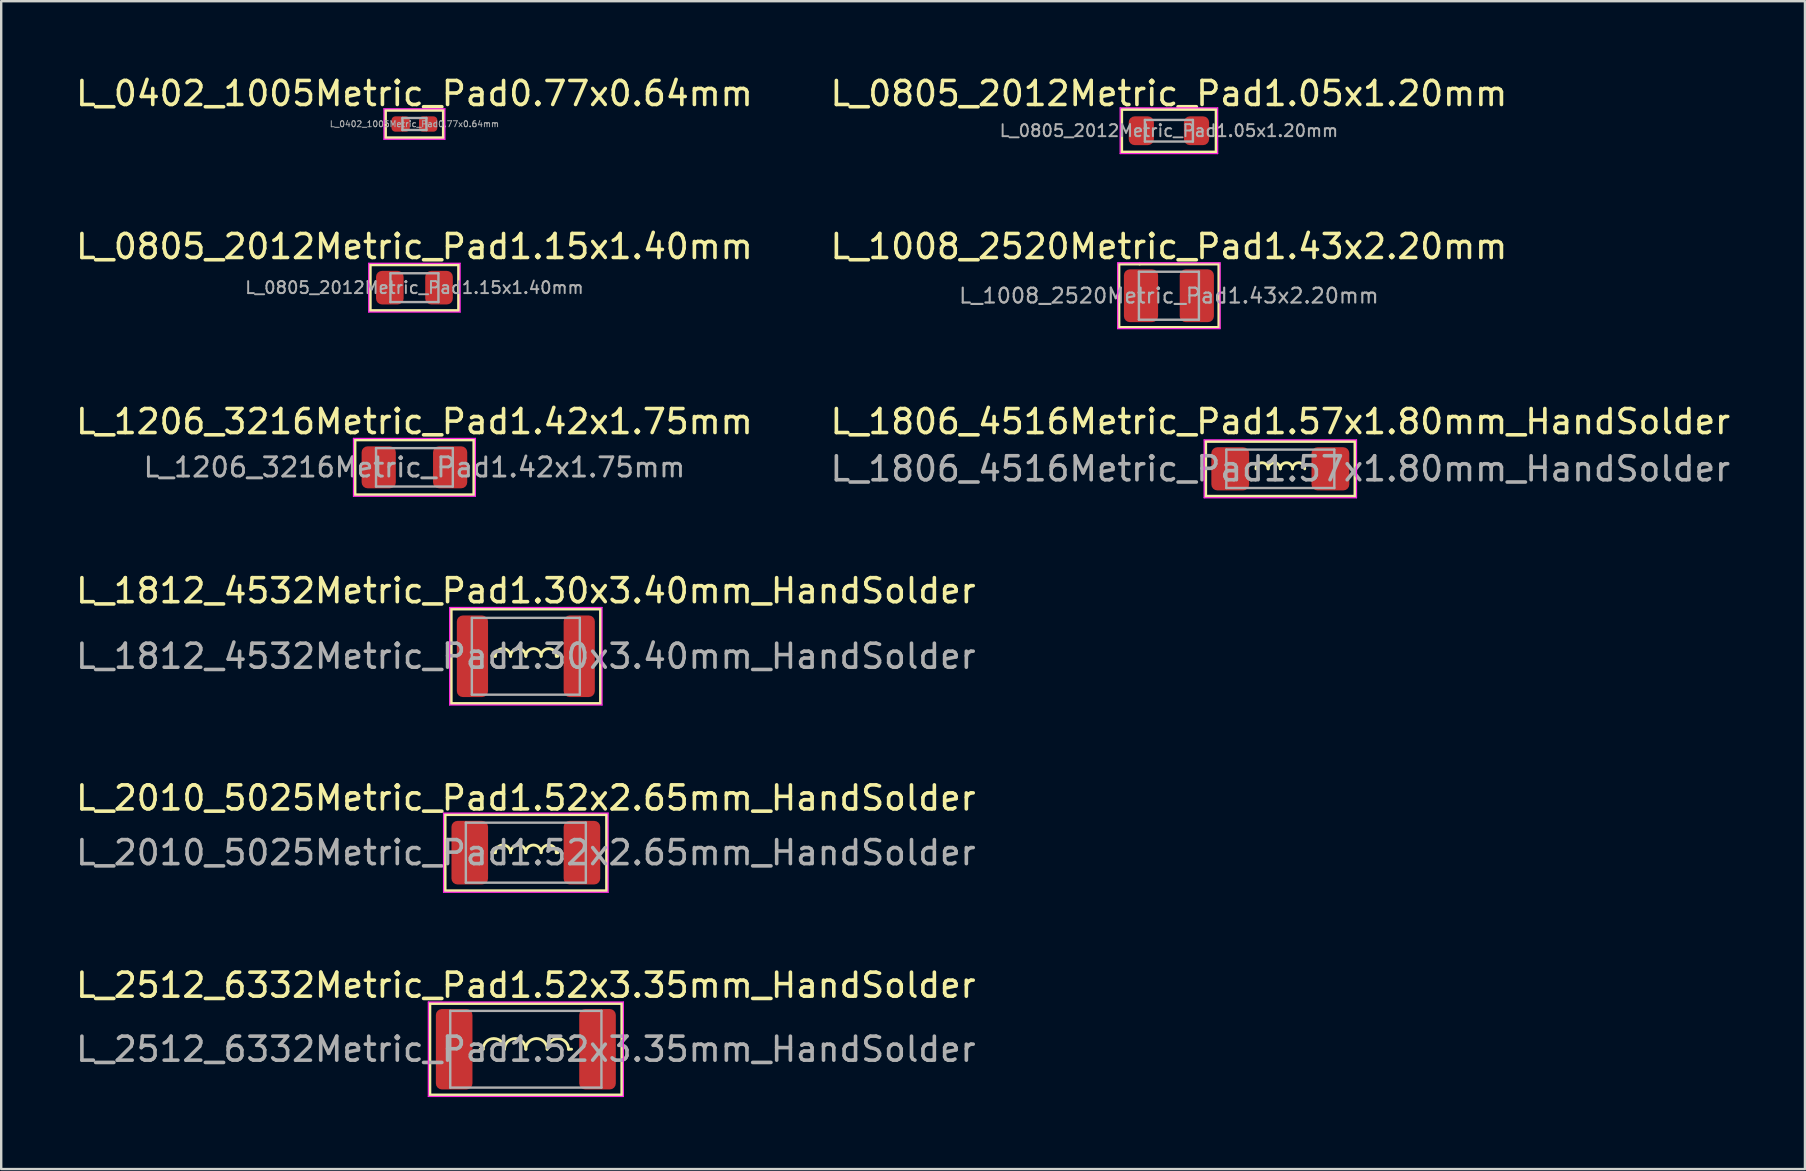
<source format=kicad_pcb>
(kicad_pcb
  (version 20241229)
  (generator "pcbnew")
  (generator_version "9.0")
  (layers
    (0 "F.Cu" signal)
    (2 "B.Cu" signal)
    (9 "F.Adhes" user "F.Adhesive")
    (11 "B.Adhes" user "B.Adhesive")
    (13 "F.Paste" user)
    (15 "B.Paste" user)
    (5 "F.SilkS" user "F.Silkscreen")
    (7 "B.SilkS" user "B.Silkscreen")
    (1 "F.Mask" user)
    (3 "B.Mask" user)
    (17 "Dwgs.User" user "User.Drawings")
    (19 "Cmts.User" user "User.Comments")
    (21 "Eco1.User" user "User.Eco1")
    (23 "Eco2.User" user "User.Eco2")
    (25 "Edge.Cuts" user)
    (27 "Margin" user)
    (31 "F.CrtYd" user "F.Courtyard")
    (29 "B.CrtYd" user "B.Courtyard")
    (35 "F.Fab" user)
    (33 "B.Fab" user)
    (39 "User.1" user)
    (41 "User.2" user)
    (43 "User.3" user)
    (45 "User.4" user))
  (footprint "L_0805_2012Metric_Pad1.15x1.40mm"
    (layer "F.Cu")
    (at 14.22 8.938)
    (property "Reference" "L_0805_2012Metric_Pad1.15x1.40mm" (at 0 -1.714 0) (layer "F.SilkS") (effects (font (size 1 1) (thickness 0.15))))
    (attr smd)
    (fp_line (start -1.841 -0.953) (end 1.841 -0.953) (stroke (width 0.12) (type solid)) (layer "F.SilkS"))
    (fp_line (start -1.841 0.953) (end -1.841 -0.953) (stroke (width 0.12) (type solid)) (layer "F.SilkS"))
    (fp_line (start 1.841 -0.953) (end 1.841 0.953) (stroke (width 0.12) (type solid)) (layer "F.SilkS"))
    (fp_line (start 1.841 0.953) (end -1.841 0.953) (stroke (width 0.12) (type solid)) (layer "F.SilkS"))
    (fp_line (start -1.905 -1.016) (end 1.905 -1.016) (stroke (width 0.05) (type solid)) (layer "F.CrtYd"))
    (fp_line (start -1.905 1.016) (end -1.905 -1.016) (stroke (width 0.05) (type solid)) (layer "F.CrtYd"))
    (fp_line (start 1.905 -1.016) (end 1.905 1.016) (stroke (width 0.05) (type solid)) (layer "F.CrtYd"))
    (fp_line (start 1.905 1.016) (end -1.905 1.016) (stroke (width 0.05) (type solid)) (layer "F.CrtYd"))
    (fp_line (start -1 -0.6) (end 1 -0.6) (stroke (width 0.1) (type solid)) (layer "F.Fab"))
    (fp_line (start -1 0.6) (end -1 -0.6) (stroke (width 0.1) (type solid)) (layer "F.Fab"))
    (fp_line (start 1 -0.6) (end 1 0.6) (stroke (width 0.1) (type solid)) (layer "F.Fab"))
    (fp_line (start 1 0.6) (end -1 0.6) (stroke (width 0.1) (type solid)) (layer "F.Fab"))
    (fp_text user "${REFERENCE}" (at 0 0 0) (layer "F.Fab") (effects (font (size 0.5 0.5) (thickness 0.08))))
    (pad "1" smd roundrect (at -1.025 0) (size 1.15 1.4) (layers "F.Cu" "F.Mask" "F.Paste") (roundrect_rratio 0.217))
    (pad "2" smd roundrect (at 1.025 0) (size 1.15 1.4) (layers "F.Cu" "F.Mask" "F.Paste") (roundrect_rratio 0.217)))
  (footprint "L_1008_2520Metric_Pad1.43x2.20mm"
    (layer "F.Cu")
    (at 45.661 9.274)
    (property "Reference" "L_1008_2520Metric_Pad1.43x2.20mm" (at 0 -2.05 0) (layer "F.SilkS") (effects (font (size 1 1) (thickness 0.15))))
    (attr smd)
    (fp_line (start -2.083 -1.321) (end -1.219 -1.321) (stroke (width 0.12) (type solid)) (layer "F.SilkS"))
    (fp_line (start -2.083 1.321) (end -2.083 -1.321) (stroke (width 0.12) (type solid)) (layer "F.SilkS"))
    (fp_line (start -1.219 -1.321) (end 2.083 -1.321) (stroke (width 0.12) (type solid)) (layer "F.SilkS"))
    (fp_line (start 2.083 -1.321) (end 2.083 1.321) (stroke (width 0.12) (type solid)) (layer "F.SilkS"))
    (fp_line (start 2.083 1.321) (end -2.083 1.321) (stroke (width 0.12) (type solid)) (layer "F.SilkS"))
    (fp_line (start -2.134 -1.372) (end 2.134 -1.372) (stroke (width 0.05) (type solid)) (layer "F.CrtYd"))
    (fp_line (start -2.134 1.372) (end -2.134 -1.372) (stroke (width 0.05) (type solid)) (layer "F.CrtYd"))
    (fp_line (start 2.134 -1.372) (end 2.134 1.372) (stroke (width 0.05) (type solid)) (layer "F.CrtYd"))
    (fp_line (start 2.134 1.372) (end -2.134 1.372) (stroke (width 0.05) (type solid)) (layer "F.CrtYd"))
    (fp_line (start -1.25 -1) (end 1.25 -1) (stroke (width 0.1) (type solid)) (layer "F.Fab"))
    (fp_line (start -1.25 1) (end -1.25 -1) (stroke (width 0.1) (type solid)) (layer "F.Fab"))
    (fp_line (start 1.25 -1) (end 1.25 1) (stroke (width 0.1) (type solid)) (layer "F.Fab"))
    (fp_line (start 1.25 1) (end -1.25 1) (stroke (width 0.1) (type solid)) (layer "F.Fab"))
    (fp_text user "${REFERENCE}" (at 0 0 0) (layer "F.Fab") (effects (font (size 0.62 0.62) (thickness 0.09))))
    (pad "1" smd roundrect (at -1.163 0) (size 1.425 2.2) (layers "F.Cu" "F.Mask" "F.Paste") (roundrect_rratio 0.175))
    (pad "2" smd roundrect (at 1.163 0) (size 1.425 2.2) (layers "F.Cu" "F.Mask" "F.Paste") (roundrect_rratio 0.175)))
  (footprint "L_2512_6332Metric_Pad1.52x3.35mm_HandSolder"
    (layer "F.Cu")
    (at 18.863 40.674)
    (property "Reference" "L_2512_6332Metric_Pad1.52x3.35mm_HandSolder" (at 0 -2.667 0) (layer "F.SilkS") (effects (font (size 1 1) (thickness 0.15))))
    (attr smd)
    (fp_line (start -4 -1.905) (end 4 -1.905) (stroke (width 0.12) (type solid)) (layer "F.SilkS"))
    (fp_line (start -4 1.905) (end -4 -1.905) (stroke (width 0.12) (type solid)) (layer "F.SilkS"))
    (fp_line (start -1.905 0) (end -1.778 0) (stroke (width 0.12) (type solid)) (layer "F.SilkS"))
    (fp_line (start 1.778 0) (end 1.905 0) (stroke (width 0.12) (type solid)) (layer "F.SilkS"))
    (fp_line (start 4 -1.905) (end 4 1.905) (stroke (width 0.12) (type solid)) (layer "F.SilkS"))
    (fp_line (start 4 1.905) (end -4 1.905) (stroke (width 0.12) (type solid)) (layer "F.SilkS"))
    (fp_arc (start -1.778 0) (mid -1.3335 -0.4445) (end -0.889 0) (stroke (width 0.12) (type solid)) (layer "F.SilkS"))
    (fp_arc (start -0.889 0) (mid -0.4445 -0.4445) (end 0 0) (stroke (width 0.12) (type solid)) (layer "F.SilkS"))
    (fp_arc (start 0 0) (mid 0.4445 -0.4445) (end 0.889 0) (stroke (width 0.12) (type solid)) (layer "F.SilkS"))
    (fp_arc (start 0.889 0) (mid 1.3335 -0.4445) (end 1.778 0) (stroke (width 0.12) (type solid)) (layer "F.SilkS"))
    (fp_line (start -4.064 -1.968) (end 4.064 -1.968) (stroke (width 0.05) (type solid)) (layer "F.CrtYd"))
    (fp_line (start -4.064 1.968) (end -4.064 -1.968) (stroke (width 0.05) (type solid)) (layer "F.CrtYd"))
    (fp_line (start 4.064 -1.968) (end 4.064 1.968) (stroke (width 0.05) (type solid)) (layer "F.CrtYd"))
    (fp_line (start 4.064 1.968) (end -4.064 1.968) (stroke (width 0.05) (type solid)) (layer "F.CrtYd"))
    (fp_line (start -3.15 -1.6) (end 3.15 -1.6) (stroke (width 0.1) (type solid)) (layer "F.Fab"))
    (fp_line (start -3.15 1.6) (end -3.15 -1.6) (stroke (width 0.1) (type solid)) (layer "F.Fab"))
    (fp_line (start 3.15 -1.6) (end 3.15 1.6) (stroke (width 0.1) (type solid)) (layer "F.Fab"))
    (fp_line (start 3.15 1.6) (end -3.15 1.6) (stroke (width 0.1) (type solid)) (layer "F.Fab"))
    (fp_text user "${REFERENCE}" (at 0 0 0) (layer "F.Fab") (effects (font (size 1 1) (thickness 0.15))))
    (pad "1" smd roundrect (at -2.987 0) (size 1.525 3.35) (layers "F.Cu" "F.Mask" "F.Paste") (roundrect_rratio 0.164))
    (pad "2" smd roundrect (at 2.987 0) (size 1.525 3.35) (layers "F.Cu" "F.Mask" "F.Paste") (roundrect_rratio 0.164)))
  (footprint "L_0402_1005Metric_Pad0.77x0.64mm"
    (layer "F.Cu")
    (at 14.22 2.118)
    (property "Reference" "L_0402_1005Metric_Pad0.77x0.64mm" (at 0 -1.27 0) (layer "F.SilkS") (effects (font (size 1 1) (thickness 0.15))))
    (attr smd)
    (fp_line (start -1.206 -0.572) (end 1.206 -0.572) (stroke (width 0.12) (type solid)) (layer "F.SilkS"))
    (fp_line (start -1.206 0.572) (end -1.206 -0.572) (stroke (width 0.12) (type solid)) (layer "F.SilkS"))
    (fp_line (start 1.206 -0.572) (end 1.206 0.572) (stroke (width 0.12) (type solid)) (layer "F.SilkS"))
    (fp_line (start 1.206 0.572) (end -1.206 0.572) (stroke (width 0.12) (type solid)) (layer "F.SilkS"))
    (fp_line (start -1.27 -0.635) (end 1.27 -0.635) (stroke (width 0.05) (type solid)) (layer "F.CrtYd"))
    (fp_line (start -1.27 0.635) (end -1.27 -0.635) (stroke (width 0.05) (type solid)) (layer "F.CrtYd"))
    (fp_line (start 1.27 -0.635) (end 1.27 0.635) (stroke (width 0.05) (type solid)) (layer "F.CrtYd"))
    (fp_line (start 1.27 0.635) (end -1.27 0.635) (stroke (width 0.05) (type solid)) (layer "F.CrtYd"))
    (fp_line (start -0.5 -0.25) (end 0.5 -0.25) (stroke (width 0.1) (type solid)) (layer "F.Fab"))
    (fp_line (start -0.5 0.25) (end -0.5 -0.25) (stroke (width 0.1) (type solid)) (layer "F.Fab"))
    (fp_line (start 0.5 -0.25) (end 0.5 0.25) (stroke (width 0.1) (type solid)) (layer "F.Fab"))
    (fp_line (start 0.5 0.25) (end -0.5 0.25) (stroke (width 0.1) (type solid)) (layer "F.Fab"))
    (fp_text user "${REFERENCE}" (at 0 0 0) (layer "F.Fab") (effects (font (size 0.25 0.25) (thickness 0.04))))
    (pad "1" smd roundrect (at -0.573 0) (size 0.765 0.64) (layers "F.Cu" "F.Mask" "F.Paste") (roundrect_rratio 0.25))
    (pad "2" smd roundrect (at 0.573 0) (size 0.765 0.64) (layers "F.Cu" "F.Mask" "F.Paste") (roundrect_rratio 0.25)))
  (footprint "L_1206_3216Metric_Pad1.42x1.75mm"
    (layer "F.Cu")
    (at 14.22 16.424)
    (property "Reference" "L_1206_3216Metric_Pad1.42x1.75mm" (at 0 -1.905 0) (layer "F.SilkS") (effects (font (size 1 1) (thickness 0.15))))
    (attr smd)
    (fp_line (start -2.477 -1.143) (end 2.477 -1.143) (stroke (width 0.12) (type solid)) (layer "F.SilkS"))
    (fp_line (start -2.477 1.143) (end -2.477 -1.143) (stroke (width 0.12) (type solid)) (layer "F.SilkS"))
    (fp_line (start 2.477 -1.143) (end 2.477 1.143) (stroke (width 0.12) (type solid)) (layer "F.SilkS"))
    (fp_line (start 2.477 1.143) (end -2.477 1.143) (stroke (width 0.12) (type solid)) (layer "F.SilkS"))
    (fp_line (start -2.54 -1.206) (end 2.54 -1.206) (stroke (width 0.05) (type solid)) (layer "F.CrtYd"))
    (fp_line (start -2.54 1.206) (end -2.54 -1.206) (stroke (width 0.05) (type solid)) (layer "F.CrtYd"))
    (fp_line (start 2.54 -1.206) (end 2.54 1.206) (stroke (width 0.05) (type solid)) (layer "F.CrtYd"))
    (fp_line (start 2.54 1.206) (end -2.54 1.206) (stroke (width 0.05) (type solid)) (layer "F.CrtYd"))
    (fp_line (start -1.6 -0.8) (end 1.6 -0.8) (stroke (width 0.1) (type solid)) (layer "F.Fab"))
    (fp_line (start -1.6 0.8) (end -1.6 -0.8) (stroke (width 0.1) (type solid)) (layer "F.Fab"))
    (fp_line (start 1.6 -0.8) (end 1.6 0.8) (stroke (width 0.1) (type solid)) (layer "F.Fab"))
    (fp_line (start 1.6 0.8) (end -1.6 0.8) (stroke (width 0.1) (type solid)) (layer "F.Fab"))
    (fp_text user "${REFERENCE}" (at 0 0 0) (layer "F.Fab") (effects (font (size 0.8 0.8) (thickness 0.12))))
    (pad "1" smd roundrect (at -1.488 0) (size 1.425 1.75) (layers "F.Cu" "F.Mask" "F.Paste") (roundrect_rratio 0.175))
    (pad "2" smd roundrect (at 1.488 0) (size 1.425 1.75) (layers "F.Cu" "F.Mask" "F.Paste") (roundrect_rratio 0.175)))
  (footprint "L_1812_4532Metric_Pad1.30x3.40mm_HandSolder"
    (layer "F.Cu")
    (at 18.863 24.298)
    (property "Reference" "L_1812_4532Metric_Pad1.30x3.40mm_HandSolder" (at 0 -2.731 0) (layer "F.SilkS") (effects (font (size 1 1) (thickness 0.15))))
    (attr smd)
    (fp_line (start -3.111 -1.968) (end 3.111 -1.968) (stroke (width 0.12) (type solid)) (layer "F.SilkS"))
    (fp_line (start -3.111 1.968) (end -3.111 -1.968) (stroke (width 0.12) (type solid)) (layer "F.SilkS"))
    (fp_line (start -1.333 0) (end -1.27 0) (stroke (width 0.12) (type solid)) (layer "F.SilkS"))
    (fp_line (start 1.333 0) (end 1.27 0) (stroke (width 0.12) (type solid)) (layer "F.SilkS"))
    (fp_line (start 3.111 -1.968) (end 3.111 1.968) (stroke (width 0.12) (type solid)) (layer "F.SilkS"))
    (fp_line (start 3.111 1.968) (end -3.111 1.968) (stroke (width 0.12) (type solid)) (layer "F.SilkS"))
    (fp_arc (start -1.27 0) (mid -0.9525 -0.3175) (end -0.635 0) (stroke (width 0.12) (type solid)) (layer "F.SilkS"))
    (fp_arc (start -0.635 0) (mid -0.3175 -0.3175) (end 0 0) (stroke (width 0.12) (type solid)) (layer "F.SilkS"))
    (fp_arc (start 0 0) (mid 0.3175 -0.3175) (end 0.635 0) (stroke (width 0.12) (type solid)) (layer "F.SilkS"))
    (fp_arc (start 0.635 0) (mid 0.9525 -0.3175) (end 1.27 0) (stroke (width 0.12) (type solid)) (layer "F.SilkS"))
    (fp_line (start -3.175 -2.032) (end 3.175 -2.032) (stroke (width 0.05) (type solid)) (layer "F.CrtYd"))
    (fp_line (start -3.175 2.032) (end -3.175 -2.032) (stroke (width 0.05) (type solid)) (layer "F.CrtYd"))
    (fp_line (start 3.175 -2.032) (end 3.175 2.032) (stroke (width 0.05) (type solid)) (layer "F.CrtYd"))
    (fp_line (start 3.175 2.032) (end -3.175 2.032) (stroke (width 0.05) (type solid)) (layer "F.CrtYd"))
    (fp_line (start -2.25 -1.6) (end 2.25 -1.6) (stroke (width 0.1) (type solid)) (layer "F.Fab"))
    (fp_line (start -2.25 1.6) (end -2.25 -1.6) (stroke (width 0.1) (type solid)) (layer "F.Fab"))
    (fp_line (start 2.25 -1.6) (end 2.25 1.6) (stroke (width 0.1) (type solid)) (layer "F.Fab"))
    (fp_line (start 2.25 1.6) (end -2.25 1.6) (stroke (width 0.1) (type solid)) (layer "F.Fab"))
    (fp_text user "${REFERENCE}" (at 0 0 0) (layer "F.Fab") (effects (font (size 1 1) (thickness 0.15))))
    (pad "1" smd roundrect (at -2.225 0) (size 1.3 3.4) (layers "F.Cu" "F.Mask" "F.Paste") (roundrect_rratio 0.192))
    (pad "2" smd roundrect (at 2.225 0) (size 1.3 3.4) (layers "F.Cu" "F.Mask" "F.Paste") (roundrect_rratio 0.192)))
  (footprint "L_1806_4516Metric_Pad1.57x1.80mm_HandSolder"
    (layer "F.Cu")
    (at 50.304 16.487)
    (property "Reference" "L_1806_4516Metric_Pad1.57x1.80mm_HandSolder" (at 0 -1.968 0) (layer "F.SilkS") (effects (font (size 1 1) (thickness 0.15))))
    (attr smd)
    (fp_line (start -3.111 -1.143) (end 3.111 -1.143) (stroke (width 0.12) (type solid)) (layer "F.SilkS"))
    (fp_line (start -3.111 1.143) (end -3.111 -1.143) (stroke (width 0.12) (type solid)) (layer "F.SilkS"))
    (fp_line (start 3.111 -1.143) (end 3.111 1.143) (stroke (width 0.12) (type solid)) (layer "F.SilkS"))
    (fp_line (start 3.111 1.143) (end -3.111 1.143) (stroke (width 0.12) (type solid)) (layer "F.SilkS"))
    (fp_arc (start -1.016 0) (mid -0.762 -0.254) (end -0.508 0) (stroke (width 0.12) (type solid)) (layer "F.SilkS"))
    (fp_arc (start -0.508 0) (mid -0.254 -0.254) (end 0 0) (stroke (width 0.12) (type solid)) (layer "F.SilkS"))
    (fp_arc (start 0 0) (mid 0.254 -0.254) (end 0.508 0) (stroke (width 0.12) (type solid)) (layer "F.SilkS"))
    (fp_arc (start 0.508 0) (mid 0.762 -0.254) (end 1.016 0) (stroke (width 0.12) (type solid)) (layer "F.SilkS"))
    (fp_line (start -3.175 -1.206) (end 3.175 -1.206) (stroke (width 0.05) (type solid)) (layer "F.CrtYd"))
    (fp_line (start -3.175 1.206) (end -3.175 -1.206) (stroke (width 0.05) (type solid)) (layer "F.CrtYd"))
    (fp_line (start 3.175 -1.206) (end 3.175 1.206) (stroke (width 0.05) (type solid)) (layer "F.CrtYd"))
    (fp_line (start 3.175 1.206) (end -3.175 1.206) (stroke (width 0.05) (type solid)) (layer "F.CrtYd"))
    (fp_line (start -2.25 -0.8) (end 2.25 -0.8) (stroke (width 0.1) (type solid)) (layer "F.Fab"))
    (fp_line (start -2.25 0.8) (end -2.25 -0.8) (stroke (width 0.1) (type solid)) (layer "F.Fab"))
    (fp_line (start 2.25 -0.8) (end 2.25 0.8) (stroke (width 0.1) (type solid)) (layer "F.Fab"))
    (fp_line (start 2.25 0.8) (end -2.25 0.8) (stroke (width 0.1) (type solid)) (layer "F.Fab"))
    (fp_text user "${REFERENCE}" (at 0 0 0) (layer "F.Fab") (effects (font (size 1 1) (thickness 0.15))))
    (pad "1" smd roundrect (at -2.087 0) (size 1.575 1.8) (layers "F.Cu" "F.Mask" "F.Paste") (roundrect_rratio 0.159))
    (pad "2" smd roundrect (at 2.087 0) (size 1.575 1.8) (layers "F.Cu" "F.Mask" "F.Paste") (roundrect_rratio 0.159)))
  (footprint "L_0805_2012Metric_Pad1.05x1.20mm"
    (layer "F.Cu")
    (at 45.661 2.398)
    (property "Reference" "L_0805_2012Metric_Pad1.05x1.20mm" (at 0 -1.55 0) (layer "F.SilkS") (effects (font (size 1 1) (thickness 0.15))))
    (attr smd)
    (fp_line (start -1.968 -0.889) (end 1.968 -0.889) (stroke (width 0.12) (type solid)) (layer "F.SilkS"))
    (fp_line (start -1.968 0.889) (end -1.968 -0.889) (stroke (width 0.12) (type solid)) (layer "F.SilkS"))
    (fp_line (start 1.968 -0.889) (end 1.968 0.889) (stroke (width 0.12) (type solid)) (layer "F.SilkS"))
    (fp_line (start 1.968 0.889) (end -1.968 0.889) (stroke (width 0.12) (type solid)) (layer "F.SilkS"))
    (fp_line (start -2.032 -0.953) (end 2.032 -0.953) (stroke (width 0.05) (type solid)) (layer "F.CrtYd"))
    (fp_line (start -2.032 0.953) (end -2.032 -0.953) (stroke (width 0.05) (type solid)) (layer "F.CrtYd"))
    (fp_line (start 2.032 -0.953) (end 2.032 0.953) (stroke (width 0.05) (type solid)) (layer "F.CrtYd"))
    (fp_line (start 2.032 0.953) (end -2.032 0.953) (stroke (width 0.05) (type solid)) (layer "F.CrtYd"))
    (fp_line (start -1 -0.45) (end 1 -0.45) (stroke (width 0.1) (type solid)) (layer "F.Fab"))
    (fp_line (start -1 0.45) (end -1 -0.45) (stroke (width 0.1) (type solid)) (layer "F.Fab"))
    (fp_line (start 1 -0.45) (end 1 0.45) (stroke (width 0.1) (type solid)) (layer "F.Fab"))
    (fp_line (start 1 0.45) (end -1 0.45) (stroke (width 0.1) (type solid)) (layer "F.Fab"))
    (fp_text user "${REFERENCE}" (at 0 0 0) (layer "F.Fab") (effects (font (size 0.5 0.5) (thickness 0.08))))
    (pad "1" smd roundrect (at -1.15 0) (size 1.05 1.2) (layers "F.Cu" "F.Mask" "F.Paste") (roundrect_rratio 0.238))
    (pad "2" smd roundrect (at 1.15 0) (size 1.05 1.2) (layers "F.Cu" "F.Mask" "F.Paste") (roundrect_rratio 0.238)))
  (footprint "L_2010_5025Metric_Pad1.52x2.65mm_HandSolder"
    (layer "F.Cu")
    (at 18.863 32.483)
    (property "Reference" "L_2010_5025Metric_Pad1.52x2.65mm_HandSolder" (at 0 -2.28 0) (layer "F.SilkS") (effects (font (size 1 1) (thickness 0.15))))
    (attr smd)
    (fp_line (start -3.365 -1.587) (end 3.365 -1.587) (stroke (width 0.12) (type solid)) (layer "F.SilkS"))
    (fp_line (start -3.365 1.587) (end -3.365 -1.587) (stroke (width 0.12) (type solid)) (layer "F.SilkS"))
    (fp_line (start -1.333 0) (end -1.27 0) (stroke (width 0.12) (type solid)) (layer "F.SilkS"))
    (fp_line (start 1.333 0) (end 1.27 0) (stroke (width 0.12) (type solid)) (layer "F.SilkS"))
    (fp_line (start 3.365 -1.587) (end 3.365 1.587) (stroke (width 0.12) (type solid)) (layer "F.SilkS"))
    (fp_line (start 3.365 1.587) (end -3.365 1.587) (stroke (width 0.12) (type solid)) (layer "F.SilkS"))
    (fp_arc (start -1.27 0) (mid -0.9525 -0.3175) (end -0.635 0) (stroke (width 0.12) (type solid)) (layer "F.SilkS"))
    (fp_arc (start -0.635 0) (mid -0.3175 -0.3175) (end 0 0) (stroke (width 0.12) (type solid)) (layer "F.SilkS"))
    (fp_arc (start 0 0) (mid 0.3175 -0.3175) (end 0.635 0) (stroke (width 0.12) (type solid)) (layer "F.SilkS"))
    (fp_arc (start 0.635 0) (mid 0.9525 -0.3175) (end 1.27 0) (stroke (width 0.12) (type solid)) (layer "F.SilkS"))
    (fp_line (start -3.429 -1.651) (end 3.429 -1.651) (stroke (width 0.05) (type solid)) (layer "F.CrtYd"))
    (fp_line (start -3.429 1.651) (end -3.429 -1.651) (stroke (width 0.05) (type solid)) (layer "F.CrtYd"))
    (fp_line (start 3.429 -1.651) (end 3.429 1.651) (stroke (width 0.05) (type solid)) (layer "F.CrtYd"))
    (fp_line (start 3.429 1.651) (end -3.429 1.651) (stroke (width 0.05) (type solid)) (layer "F.CrtYd"))
    (fp_line (start -2.5 -1.25) (end 2.5 -1.25) (stroke (width 0.1) (type solid)) (layer "F.Fab"))
    (fp_line (start -2.5 1.25) (end -2.5 -1.25) (stroke (width 0.1) (type solid)) (layer "F.Fab"))
    (fp_line (start 2.5 -1.25) (end 2.5 1.25) (stroke (width 0.1) (type solid)) (layer "F.Fab"))
    (fp_line (start 2.5 1.25) (end -2.5 1.25) (stroke (width 0.1) (type solid)) (layer "F.Fab"))
    (fp_text user "${REFERENCE}" (at 0 0 0) (layer "F.Fab") (effects (font (size 1 1) (thickness 0.15))))
    (pad "1" smd roundrect (at -2.337 0) (size 1.525 2.65) (layers "F.Cu" "F.Mask" "F.Paste") (roundrect_rratio 0.164))
    (pad "2" smd roundrect (at 2.337 0) (size 1.525 2.65) (layers "F.Cu" "F.Mask" "F.Paste") (roundrect_rratio 0.164)))
  (gr_rect
    (start -3 -3)
    (end 72.167 45.668)
    (stroke (width 0.1) (type default))
    (fill no)
    (layer "Edge.Cuts")))
</source>
